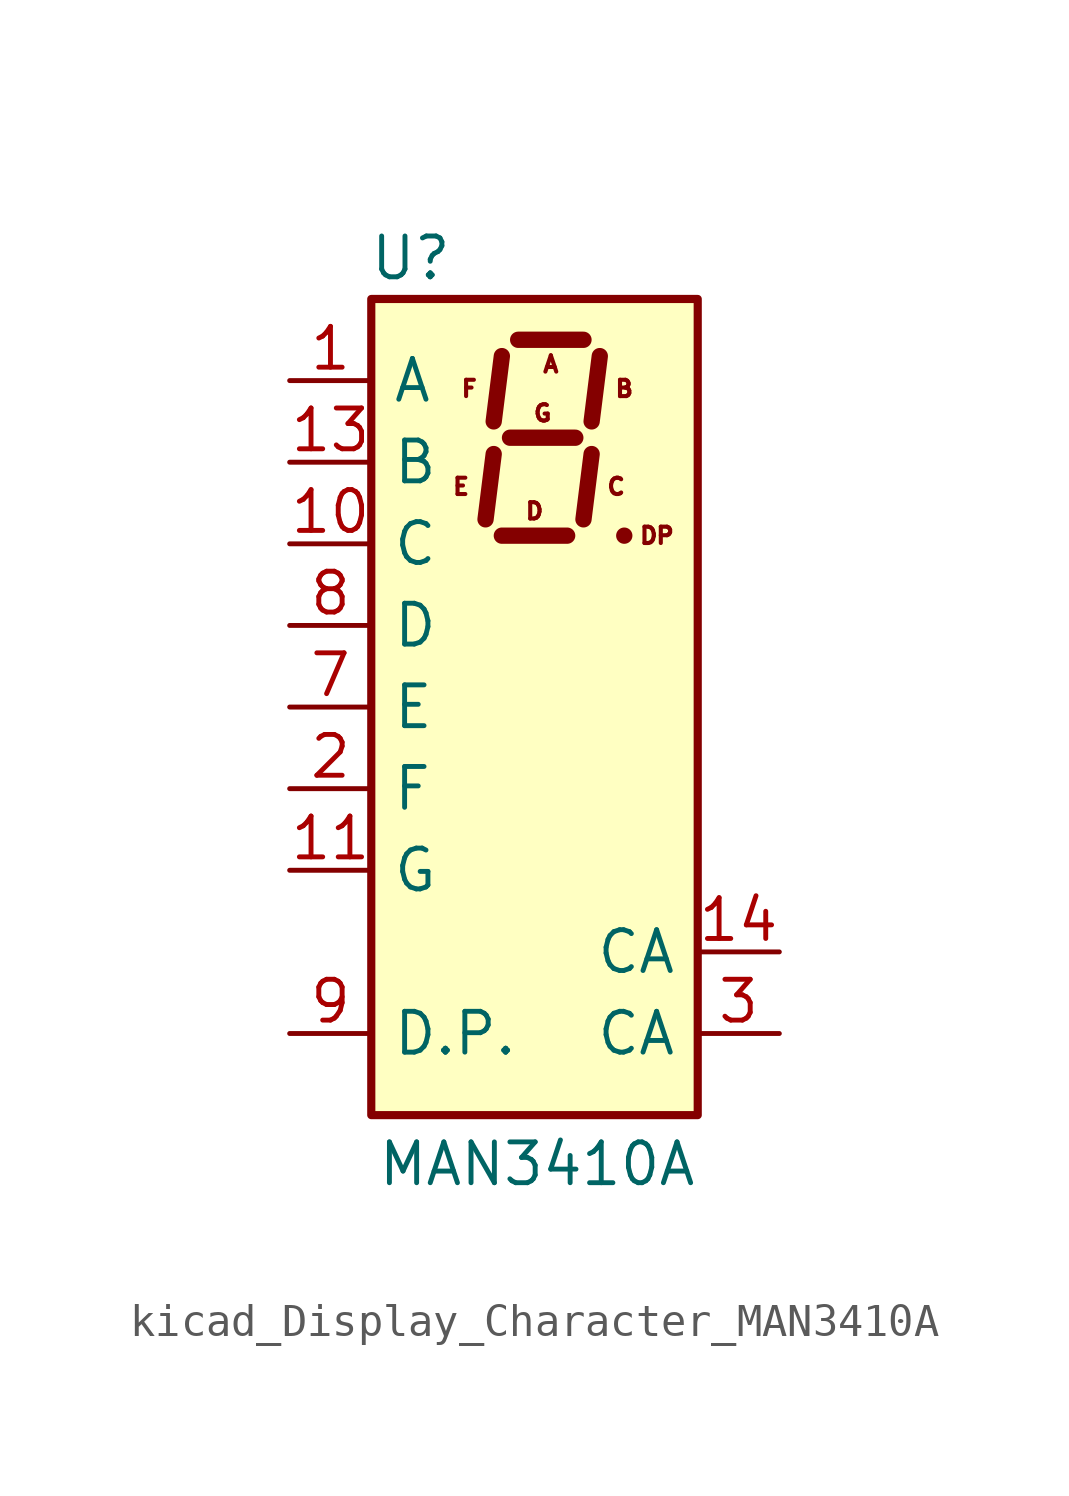
<source format=kicad_sym>
(kicad_symbol_lib
  (version 20220914)
  (generator kicad_symbol_editor)
  (symbol "kicad_Display_Character_MAN3410A"
    (pin_names
      (offset 0.635))
    (property "Reference" "U"
      (at -2.54 13.97 0)
      (effects (font (size 1.27 1.27)) (justify right)))
    (property "Value" "MAN3410A"
      (at 5.08 -14.224 0)
      (effects (font (size 1.27 1.27)) (justify right)))
    (symbol "kicad_Display_Character_MAN3410A_0_0"
      (text "A" (at 0.508 10.668 0) (effects (font (size 0.508 0.508))))
      (text "B" (at 2.794 9.906 0) (effects (font (size 0.508 0.508))))
      (text "C" (at 2.54 6.858 0) (effects (font (size 0.508 0.508))))
      (text "D" (at 0 6.096 0) (effects (font (size 0.508 0.508))))
      (text "DP" (at 3.81 5.334 0) (effects (font (size 0.508 0.508))))
      (text "E" (at -2.286 6.858 0) (effects (font (size 0.508 0.508))))
      (text "F" (at -2.032 9.906 0) (effects (font (size 0.508 0.508))))
      (text "G" (at 0.254 9.144 0) (effects (font (size 0.508 0.508)))))
    (symbol "kicad_Display_Character_MAN3410A_0_1"
      (rectangle (start -5.08 12.7) (end 5.08 -12.7) (stroke (width 0.254) (type default)) (fill (type background)))
      (polyline (pts (xy -1.27 7.874) (xy -1.524 5.842)) (stroke (width 0.508) (type default)) (fill (type none)))
      (polyline (pts (xy -1.016 5.334) (xy 1.016 5.334)) (stroke (width 0.508) (type default)) (fill (type none)))
      (polyline (pts (xy -1.016 10.922) (xy -1.27 8.89)) (stroke (width 0.508) (type default)) (fill (type none)))
      (polyline (pts (xy -0.762 8.382) (xy 1.27 8.382)) (stroke (width 0.508) (type default)) (fill (type none)))
      (polyline (pts (xy -0.508 11.43) (xy 1.524 11.43)) (stroke (width 0.508) (type default)) (fill (type none)))
      (polyline (pts (xy 1.778 7.874) (xy 1.524 5.842)) (stroke (width 0.508) (type default)) (fill (type none)))
      (polyline (pts (xy 2.032 10.922) (xy 1.778 8.89)) (stroke (width 0.508) (type default)) (fill (type none)))
      (polyline (pts (xy 2.794 5.334) (xy 2.794 5.334)) (stroke (width 0.508) (type default)) (fill (type none))))
    (symbol "kicad_Display_Character_MAN3410A_1_1"
      (pin input line (at -7.62 10.16 0) (length 2.54) (name "A" (effects (font (size 1.27 1.27)))) (number "1" (effects (font (size 1.27 1.27)))))
      (pin input line (at -7.62 5.08 0) (length 2.54) (name "C" (effects (font (size 1.27 1.27)))) (number "10" (effects (font (size 1.27 1.27)))))
      (pin input line (at -7.62 -5.08 0) (length 2.54) (name "G" (effects (font (size 1.27 1.27)))) (number "11" (effects (font (size 1.27 1.27)))))
      (pin no_connect line (at 5.08 -5.08 180) (length 2.54) hide (name "NC" (effects (font (size 1.27 1.27)))) (number "12" (effects (font (size 1.27 1.27)))))
      (pin input line (at -7.62 7.62 0) (length 2.54) (name "B" (effects (font (size 1.27 1.27)))) (number "13" (effects (font (size 1.27 1.27)))))
      (pin input line (at 7.62 -7.62 180) (length 2.54) (name "CA" (effects (font (size 1.27 1.27)))) (number "14" (effects (font (size 1.27 1.27)))))
      (pin input line (at -7.62 -2.54 0) (length 2.54) (name "F" (effects (font (size 1.27 1.27)))) (number "2" (effects (font (size 1.27 1.27)))))
      (pin input line (at 7.62 -10.16 180) (length 2.54) (name "CA" (effects (font (size 1.27 1.27)))) (number "3" (effects (font (size 1.27 1.27)))))
      (pin no_connect line (at 5.08 2.54 180) (length 2.54) hide (name "NC" (effects (font (size 1.27 1.27)))) (number "4" (effects (font (size 1.27 1.27)))))
      (pin no_connect line (at 5.08 0 180) (length 2.54) hide (name "NC" (effects (font (size 1.27 1.27)))) (number "5" (effects (font (size 1.27 1.27)))))
      (pin no_connect line (at 5.08 -2.54 180) (length 2.54) hide (name "NC" (effects (font (size 1.27 1.27)))) (number "6" (effects (font (size 1.27 1.27)))))
      (pin input line (at -7.62 0 0) (length 2.54) (name "E" (effects (font (size 1.27 1.27)))) (number "7" (effects (font (size 1.27 1.27)))))
      (pin input line (at -7.62 2.54 0) (length 2.54) (name "D" (effects (font (size 1.27 1.27)))) (number "8" (effects (font (size 1.27 1.27)))))
      (pin input line (at -7.62 -10.16 0) (length 2.54) (name "D.P." (effects (font (size 1.27 1.27)))) (number "9" (effects (font (size 1.27 1.27))))))))
</source>
